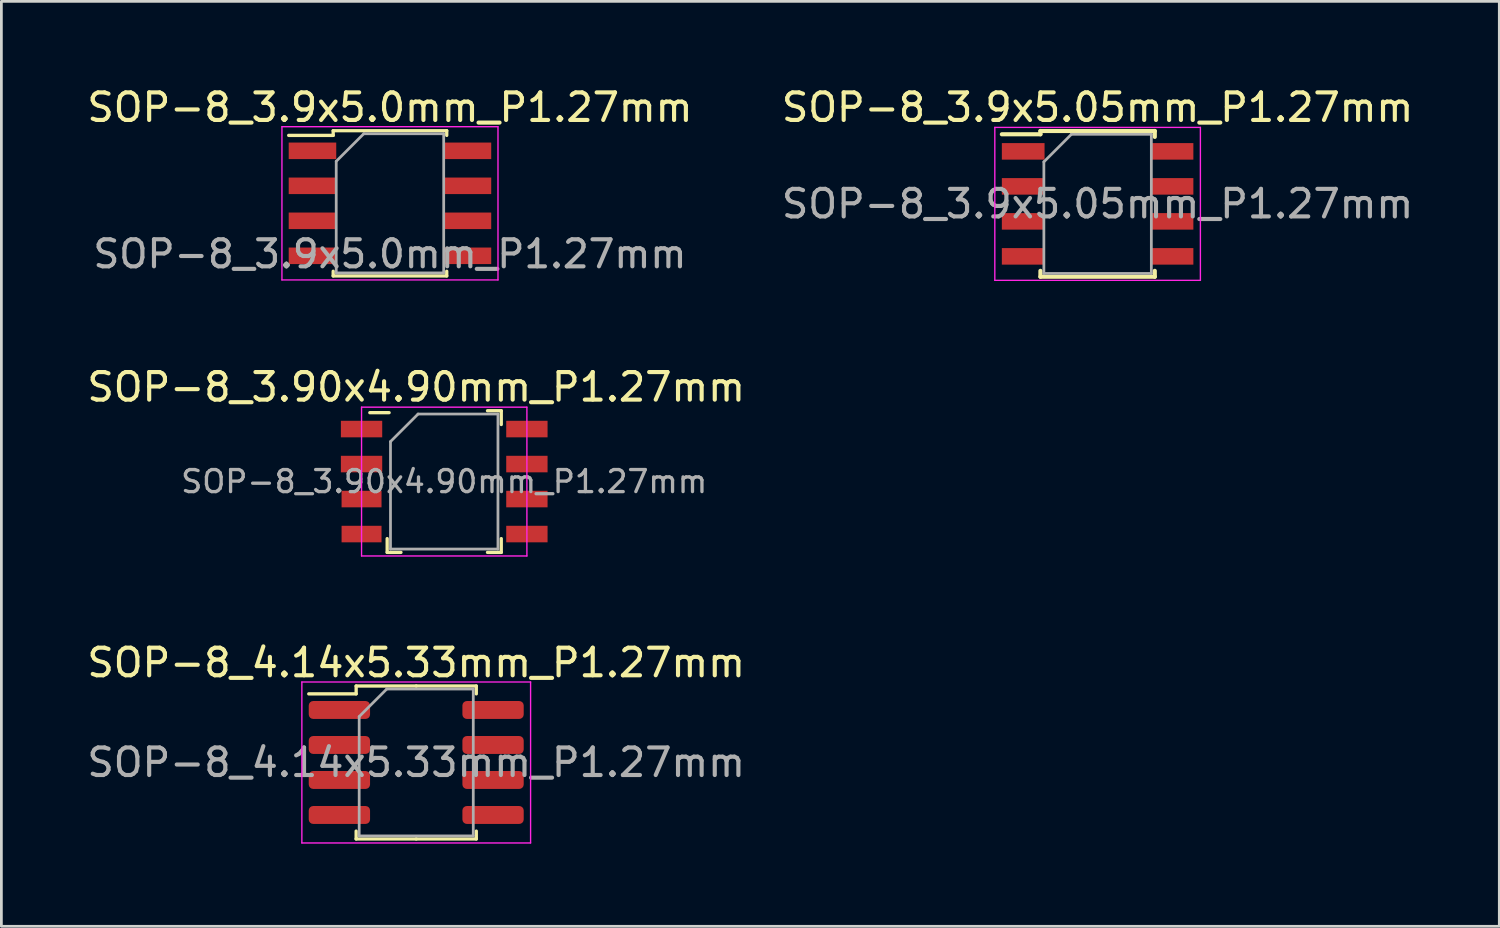
<source format=kicad_pcb>
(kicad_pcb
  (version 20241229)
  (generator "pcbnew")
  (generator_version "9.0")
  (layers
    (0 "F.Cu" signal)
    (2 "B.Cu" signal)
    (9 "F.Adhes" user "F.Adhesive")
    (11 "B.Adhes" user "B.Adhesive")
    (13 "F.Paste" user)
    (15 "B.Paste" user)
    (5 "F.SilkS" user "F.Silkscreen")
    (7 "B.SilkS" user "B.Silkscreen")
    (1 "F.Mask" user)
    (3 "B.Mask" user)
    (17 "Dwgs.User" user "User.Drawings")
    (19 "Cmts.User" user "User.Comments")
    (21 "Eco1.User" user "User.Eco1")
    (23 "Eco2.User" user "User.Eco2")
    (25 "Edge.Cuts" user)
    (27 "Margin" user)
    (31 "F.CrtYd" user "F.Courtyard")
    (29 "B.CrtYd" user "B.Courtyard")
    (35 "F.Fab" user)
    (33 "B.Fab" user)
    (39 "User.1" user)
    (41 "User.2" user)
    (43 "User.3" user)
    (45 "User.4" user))
  (footprint "SOP-8_3.9x5.05mm_P1.27mm"
    (layer "F.Cu")
    (at 36.78 4.348)
    (property "Reference" "SOP-8_3.9x5.05mm_P1.27mm" (at 0 -3.5 0) (layer "F.SilkS") (effects (font (size 1 1) (thickness 0.15))))
    (attr smd)
    (fp_line (start -2.075 -2.645) (end -2.075 -2.525) (stroke (width 0.15) (type solid)) (layer "F.SilkS"))
    (fp_line (start -2.075 -2.645) (end 2.075 -2.645) (stroke (width 0.15) (type solid)) (layer "F.SilkS"))
    (fp_line (start -2.075 -2.525) (end -3.475 -2.525) (stroke (width 0.15) (type solid)) (layer "F.SilkS"))
    (fp_line (start -2.075 2.645) (end -2.075 2.43) (stroke (width 0.15) (type solid)) (layer "F.SilkS"))
    (fp_line (start -2.075 2.645) (end 2.075 2.645) (stroke (width 0.15) (type solid)) (layer "F.SilkS"))
    (fp_line (start 2.075 -2.645) (end 2.075 -2.43) (stroke (width 0.15) (type solid)) (layer "F.SilkS"))
    (fp_line (start 2.075 2.645) (end 2.075 2.43) (stroke (width 0.15) (type solid)) (layer "F.SilkS"))
    (fp_line (start -3.73 -2.775) (end -3.73 2.775) (stroke (width 0.05) (type solid)) (layer "F.CrtYd"))
    (fp_line (start -3.73 -2.775) (end 3.73 -2.775) (stroke (width 0.05) (type solid)) (layer "F.CrtYd"))
    (fp_line (start -3.73 2.775) (end 3.73 2.775) (stroke (width 0.05) (type solid)) (layer "F.CrtYd"))
    (fp_line (start 3.73 -2.775) (end 3.73 2.775) (stroke (width 0.05) (type solid)) (layer "F.CrtYd"))
    (fp_line (start -1.95 -1.525) (end -0.95 -2.525) (stroke (width 0.1) (type solid)) (layer "F.Fab"))
    (fp_line (start -1.95 2.525) (end -1.95 -1.525) (stroke (width 0.1) (type solid)) (layer "F.Fab"))
    (fp_line (start -0.95 -2.525) (end 1.95 -2.525) (stroke (width 0.1) (type solid)) (layer "F.Fab"))
    (fp_line (start 1.95 -2.525) (end 1.95 2.525) (stroke (width 0.1) (type solid)) (layer "F.Fab"))
    (fp_line (start 1.95 2.525) (end -1.95 2.525) (stroke (width 0.1) (type solid)) (layer "F.Fab"))
    (fp_text user "${REFERENCE}" (at 0 0 0) (layer "F.Fab") (effects (font (size 1 1) (thickness 0.15))))
    (pad "1" smd rect (at -2.7 -1.905) (size 1.55 0.6) (layers "F.Cu" "F.Mask" "F.Paste"))
    (pad "2" smd rect (at -2.7 -0.635) (size 1.55 0.6) (layers "F.Cu" "F.Mask" "F.Paste"))
    (pad "3" smd rect (at -2.7 0.635) (size 1.55 0.6) (layers "F.Cu" "F.Mask" "F.Paste"))
    (pad "4" smd rect (at -2.7 1.905) (size 1.55 0.6) (layers "F.Cu" "F.Mask" "F.Paste"))
    (pad "5" smd rect (at 2.7 1.905) (size 1.55 0.6) (layers "F.Cu" "F.Mask" "F.Paste"))
    (pad "6" smd rect (at 2.7 0.635) (size 1.55 0.6) (layers "F.Cu" "F.Mask" "F.Paste"))
    (pad "7" smd rect (at 2.7 -0.635) (size 1.55 0.6) (layers "F.Cu" "F.Mask" "F.Paste"))
    (pad "8" smd rect (at 2.7 -1.905) (size 1.55 0.6) (layers "F.Cu" "F.Mask" "F.Paste")))
  (footprint "SOP-8_3.9x5.0mm_P1.27mm"
    (layer "F.Cu")
    (at 11.101 4.328)
    (property "Reference" "SOP-8_3.9x5.0mm_P1.27mm" (at 0 -3.48 0) (layer "F.SilkS") (effects (font (size 1 1) (thickness 0.15))))
    (attr smd)
    (fp_line (start -3.675 -2.465) (end -2.06 -2.465) (stroke (width 0.12) (type solid)) (layer "F.SilkS"))
    (fp_line (start -2.06 -2.635) (end 2.06 -2.635) (stroke (width 0.12) (type solid)) (layer "F.SilkS"))
    (fp_line (start -2.06 -2.465) (end -2.06 -2.635) (stroke (width 0.12) (type solid)) (layer "F.SilkS"))
    (fp_line (start -2.06 2.465) (end -2.06 2.635) (stroke (width 0.12) (type solid)) (layer "F.SilkS"))
    (fp_line (start -2.06 2.635) (end 2.06 2.635) (stroke (width 0.12) (type solid)) (layer "F.SilkS"))
    (fp_line (start 2.06 -2.635) (end 2.06 -2.465) (stroke (width 0.12) (type solid)) (layer "F.SilkS"))
    (fp_line (start 2.06 2.635) (end 2.06 2.465) (stroke (width 0.12) (type solid)) (layer "F.SilkS"))
    (fp_line (start -3.92 -2.78) (end 3.92 -2.78) (stroke (width 0.05) (type solid)) (layer "F.CrtYd"))
    (fp_line (start -3.92 2.78) (end -3.92 -2.78) (stroke (width 0.05) (type solid)) (layer "F.CrtYd"))
    (fp_line (start 3.92 -2.78) (end 3.92 2.78) (stroke (width 0.05) (type solid)) (layer "F.CrtYd"))
    (fp_line (start 3.92 2.78) (end -3.92 2.78) (stroke (width 0.05) (type solid)) (layer "F.CrtYd"))
    (fp_line (start -1.95 -1.525) (end -0.95 -2.525) (stroke (width 0.1) (type solid)) (layer "F.Fab"))
    (fp_line (start -1.95 2.525) (end -1.95 -1.525) (stroke (width 0.1) (type solid)) (layer "F.Fab"))
    (fp_line (start -0.95 -2.525) (end 1.95 -2.525) (stroke (width 0.1) (type solid)) (layer "F.Fab"))
    (fp_line (start 1.95 -2.525) (end 1.95 2.525) (stroke (width 0.1) (type solid)) (layer "F.Fab"))
    (fp_line (start 1.95 2.525) (end -1.95 2.525) (stroke (width 0.1) (type solid)) (layer "F.Fab"))
    (fp_text user "${REFERENCE}" (at 0 1.84 0) (layer "F.Fab") (effects (font (size 0.98 0.98) (thickness 0.15))))
    (pad "1" smd rect (at -2.812 -1.905) (size 1.725 0.6) (layers "F.Cu" "F.Mask" "F.Paste"))
    (pad "2" smd rect (at -2.812 -0.635) (size 1.725 0.6) (layers "F.Cu" "F.Mask" "F.Paste"))
    (pad "3" smd rect (at -2.812 0.635) (size 1.725 0.6) (layers "F.Cu" "F.Mask" "F.Paste"))
    (pad "4" smd rect (at -2.812 1.905) (size 1.725 0.6) (layers "F.Cu" "F.Mask" "F.Paste"))
    (pad "5" smd rect (at 2.812 1.905) (size 1.725 0.6) (layers "F.Cu" "F.Mask" "F.Paste"))
    (pad "6" smd rect (at 2.812 0.635) (size 1.725 0.6) (layers "F.Cu" "F.Mask" "F.Paste"))
    (pad "7" smd rect (at 2.812 -0.635) (size 1.725 0.6) (layers "F.Cu" "F.Mask" "F.Paste"))
    (pad "8" smd rect (at 2.812 -1.905) (size 1.725 0.6) (layers "F.Cu" "F.Mask" "F.Paste")))
  (footprint "SOP-8_3.90x4.90mm_P1.27mm"
    (layer "F.Cu")
    (at 13.07 14.425)
    (property "Reference" "SOP-8_3.90x4.90mm_P1.27mm" (at -1.016 -3.429 0) (layer "F.SilkS") (effects (font (size 1 1) (thickness 0.15))))
    (attr smd)
    (fp_line (start -2.07 2.57) (end -2.07 2.07) (stroke (width 0.12) (type solid)) (layer "F.SilkS"))
    (fp_line (start -2.07 2.57) (end -1.57 2.57) (stroke (width 0.12) (type solid)) (layer "F.SilkS"))
    (fp_line (start -2 -2.5) (end -2.7 -2.5) (stroke (width 0.12) (type solid)) (layer "F.SilkS"))
    (fp_line (start 1.57 -2.57) (end 2.07 -2.57) (stroke (width 0.12) (type solid)) (layer "F.SilkS"))
    (fp_line (start 2.07 -2.07) (end 2.07 -2.57) (stroke (width 0.12) (type solid)) (layer "F.SilkS"))
    (fp_line (start 2.07 2.07) (end 2.07 2.57) (stroke (width 0.12) (type solid)) (layer "F.SilkS"))
    (fp_line (start 2.07 2.57) (end 1.57 2.57) (stroke (width 0.12) (type solid)) (layer "F.SilkS"))
    (fp_line (start -3 -2.7) (end 3 -2.7) (stroke (width 0.05) (type solid)) (layer "F.CrtYd"))
    (fp_line (start -3 2.7) (end -3 -2.7) (stroke (width 0.05) (type solid)) (layer "F.CrtYd"))
    (fp_line (start 3 -2.7) (end 3 2.7) (stroke (width 0.05) (type solid)) (layer "F.CrtYd"))
    (fp_line (start 3 2.7) (end -3 2.7) (stroke (width 0.05) (type solid)) (layer "F.CrtYd"))
    (fp_line (start -1.95 -1.45) (end -0.95 -2.45) (stroke (width 0.1) (type solid)) (layer "F.Fab"))
    (fp_line (start -1.95 2.45) (end -1.95 -1.45) (stroke (width 0.1) (type solid)) (layer "F.Fab"))
    (fp_line (start -1.95 2.45) (end 1.95 2.45) (stroke (width 0.1) (type solid)) (layer "F.Fab"))
    (fp_line (start -0.95 -2.45) (end 1.95 -2.45) (stroke (width 0.1) (type solid)) (layer "F.Fab"))
    (fp_line (start 1.95 2.45) (end 1.95 -2.45) (stroke (width 0.1) (type solid)) (layer "F.Fab"))
    (fp_text user "${REFERENCE}" (at 0 0 0) (layer "F.Fab") (effects (font (size 0.8 0.8) (thickness 0.12))))
    (pad "1" smd rect (at -3 -1.905) (size 1.5 0.6) (layers "F.Cu" "F.Mask" "F.Paste"))
    (pad "2" smd rect (at -3 -0.635) (size 1.5 0.6) (layers "F.Cu" "F.Mask" "F.Paste"))
    (pad "3" smd rect (at -3 0.635) (size 1.45 0.6) (layers "F.Cu" "F.Mask" "F.Paste"))
    (pad "4" smd rect (at -3 1.905) (size 1.45 0.6) (layers "F.Cu" "F.Mask" "F.Paste"))
    (pad "5" smd rect (at 3 1.905) (size 1.5 0.6) (layers "F.Cu" "F.Mask" "F.Paste"))
    (pad "6" smd rect (at 3 0.635) (size 1.5 0.6) (layers "F.Cu" "F.Mask" "F.Paste"))
    (pad "7" smd rect (at 3 -0.635) (size 1.5 0.6) (layers "F.Cu" "F.Mask" "F.Paste"))
    (pad "8" smd rect (at 3 -1.905) (size 1.5 0.6) (layers "F.Cu" "F.Mask" "F.Paste")))
  (footprint "SOP-8_4.14x5.33mm_P1.27mm"
    (layer "F.Cu")
    (at 12.054 24.619)
    (property "Reference" "SOP-8_4.14x5.33mm_P1.27mm" (at 0 -3.62 0) (layer "F.SilkS") (effects (font (size 1 1) (thickness 0.15))))
    (attr smd)
    (fp_line (start -2.18 -2.775) (end -2.18 -2.49) (stroke (width 0.12) (type solid)) (layer "F.SilkS"))
    (fp_line (start -2.18 -2.49) (end -3.9 -2.49) (stroke (width 0.12) (type solid)) (layer "F.SilkS"))
    (fp_line (start -2.18 2.775) (end -2.18 2.49) (stroke (width 0.12) (type solid)) (layer "F.SilkS"))
    (fp_line (start 0 -2.775) (end -2.18 -2.775) (stroke (width 0.12) (type solid)) (layer "F.SilkS"))
    (fp_line (start 0 -2.775) (end 2.18 -2.775) (stroke (width 0.12) (type solid)) (layer "F.SilkS"))
    (fp_line (start 0 2.775) (end -2.18 2.775) (stroke (width 0.12) (type solid)) (layer "F.SilkS"))
    (fp_line (start 0 2.775) (end 2.18 2.775) (stroke (width 0.12) (type solid)) (layer "F.SilkS"))
    (fp_line (start 2.18 -2.775) (end 2.18 -2.49) (stroke (width 0.12) (type solid)) (layer "F.SilkS"))
    (fp_line (start 2.18 2.775) (end 2.18 2.49) (stroke (width 0.12) (type solid)) (layer "F.SilkS"))
    (fp_line (start -4.15 -2.92) (end -4.15 2.92) (stroke (width 0.05) (type solid)) (layer "F.CrtYd"))
    (fp_line (start -4.15 2.92) (end 4.15 2.92) (stroke (width 0.05) (type solid)) (layer "F.CrtYd"))
    (fp_line (start 4.15 -2.92) (end -4.15 -2.92) (stroke (width 0.05) (type solid)) (layer "F.CrtYd"))
    (fp_line (start 4.15 2.92) (end 4.15 -2.92) (stroke (width 0.05) (type solid)) (layer "F.CrtYd"))
    (fp_line (start -2.07 -1.665) (end -1.07 -2.665) (stroke (width 0.1) (type solid)) (layer "F.Fab"))
    (fp_line (start -2.07 2.665) (end -2.07 -1.665) (stroke (width 0.1) (type solid)) (layer "F.Fab"))
    (fp_line (start -1.07 -2.665) (end 2.07 -2.665) (stroke (width 0.1) (type solid)) (layer "F.Fab"))
    (fp_line (start 2.07 -2.665) (end 2.07 2.665) (stroke (width 0.1) (type solid)) (layer "F.Fab"))
    (fp_line (start 2.07 2.665) (end -2.07 2.665) (stroke (width 0.1) (type solid)) (layer "F.Fab"))
    (fp_text user "${REFERENCE}" (at 0 0 0) (layer "F.Fab") (effects (font (size 1 1) (thickness 0.15))))
    (pad "1" smd roundrect (at -2.788 -1.905) (size 2.225 0.65) (layers "F.Cu" "F.Mask" "F.Paste") (roundrect_rratio 0.25))
    (pad "2" smd roundrect (at -2.788 -0.635) (size 2.225 0.65) (layers "F.Cu" "F.Mask" "F.Paste") (roundrect_rratio 0.25))
    (pad "3" smd roundrect (at -2.788 0.635) (size 2.225 0.65) (layers "F.Cu" "F.Mask" "F.Paste") (roundrect_rratio 0.25))
    (pad "4" smd roundrect (at -2.788 1.905) (size 2.225 0.65) (layers "F.Cu" "F.Mask" "F.Paste") (roundrect_rratio 0.25))
    (pad "5" smd roundrect (at 2.788 1.905) (size 2.225 0.65) (layers "F.Cu" "F.Mask" "F.Paste") (roundrect_rratio 0.25))
    (pad "6" smd roundrect (at 2.788 0.635) (size 2.225 0.65) (layers "F.Cu" "F.Mask" "F.Paste") (roundrect_rratio 0.25))
    (pad "7" smd roundrect (at 2.788 -0.635) (size 2.225 0.65) (layers "F.Cu" "F.Mask" "F.Paste") (roundrect_rratio 0.25))
    (pad "8" smd roundrect (at 2.788 -1.905) (size 2.225 0.65) (layers "F.Cu" "F.Mask" "F.Paste") (roundrect_rratio 0.25)))
  (gr_rect
    (start -3 -3)
    (end 51.357 30.564)
    (stroke (width 0.1) (type default))
    (fill no)
    (layer "Edge.Cuts")))
</source>
